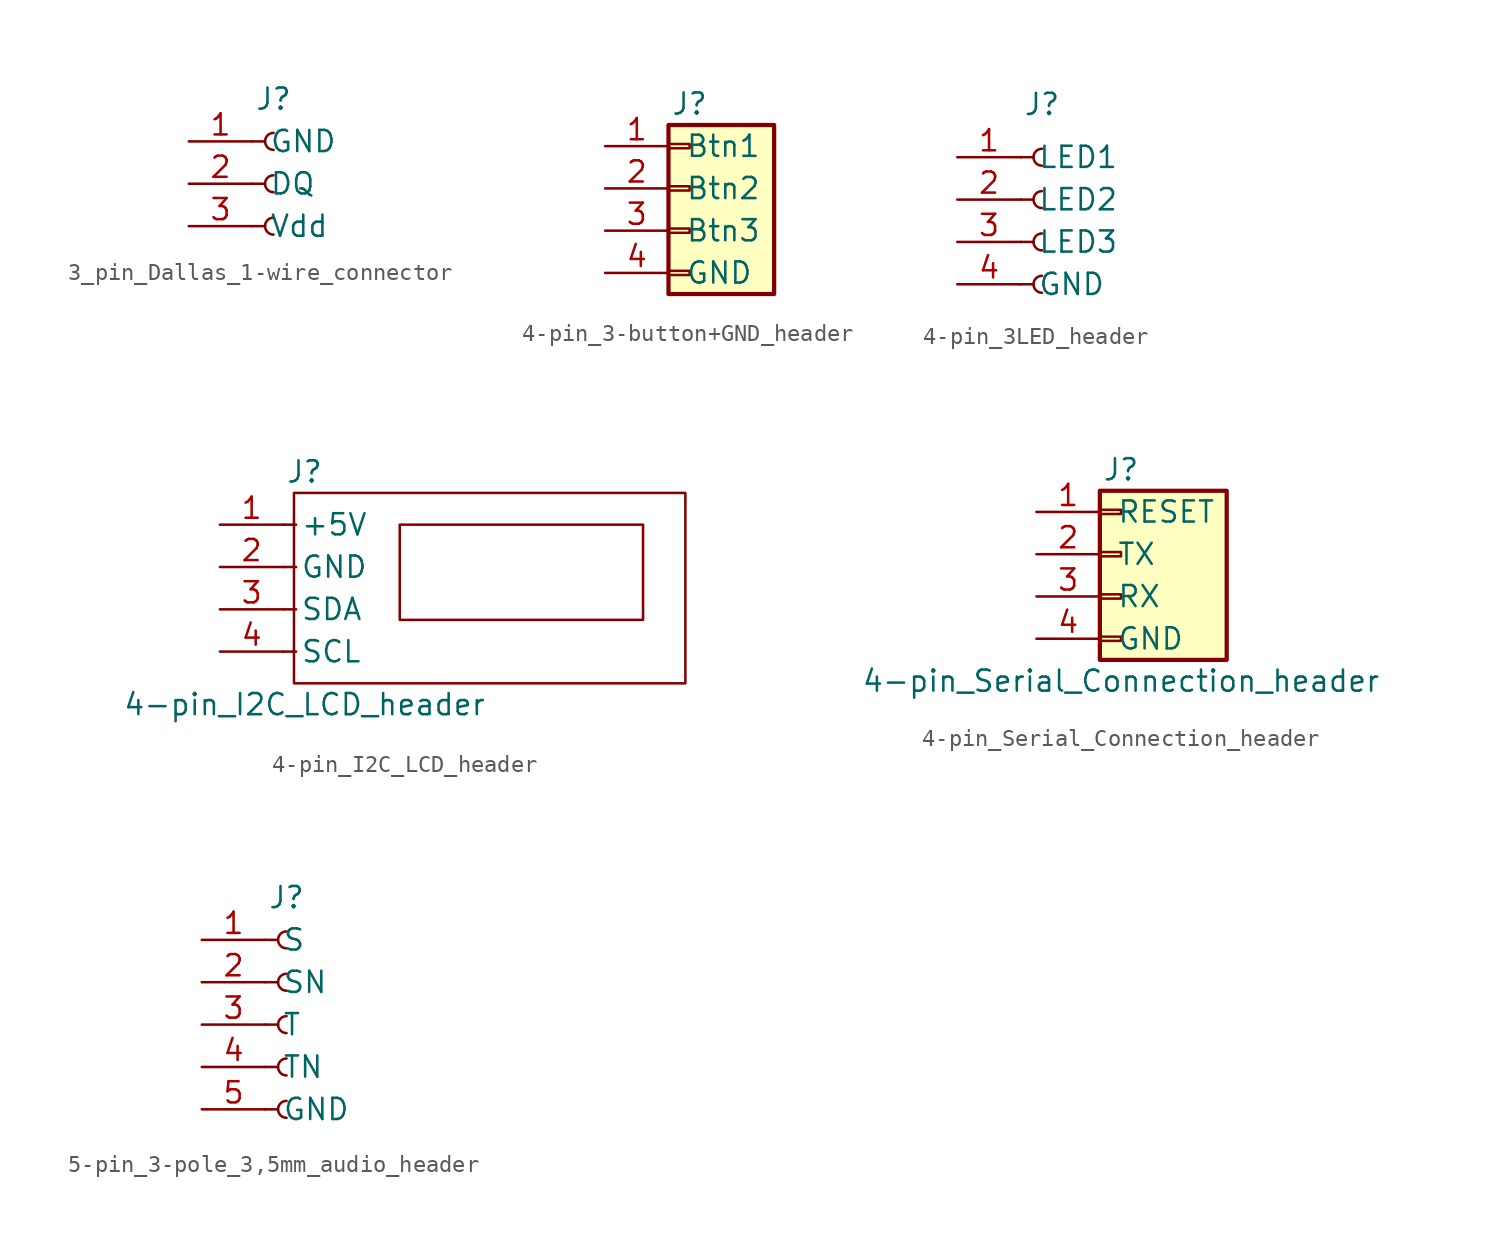
<source format=kicad_sym>
(kicad_symbol_lib
  (version 20211014)
  (generator kicad_symbol_editor)
  (symbol "3_pin_Dallas_1-wire_connector"
    (pin_names
      (offset 1.016))
    (property "Reference" "J"
      (at 0 5.08 0)
      (effects (font (size 1.27 1.27))))
    (symbol "3_pin_Dallas_1-wire_connector_1_1"
      (arc (start 0 -2.032) (mid -0.508 -2.54) (end 0 -3.048) (stroke (width 0.1524) (type default) (color 0 0 0 0)) (fill (type none)))
      (polyline (pts (xy -1.27 -2.54) (xy -0.508 -2.54)) (stroke (width 0.152) (type default) (color 0 0 0 0)) (fill (type none)))
      (polyline (pts (xy -1.27 0) (xy -0.508 0)) (stroke (width 0.152) (type default) (color 0 0 0 0)) (fill (type none)))
      (polyline (pts (xy -1.27 2.54) (xy -0.508 2.54)) (stroke (width 0.152) (type default) (color 0 0 0 0)) (fill (type none)))
      (arc (start 0 0.508) (mid -0.508 0) (end 0 -0.508) (stroke (width 0.1524) (type default) (color 0 0 0 0)) (fill (type none)))
      (arc (start 0 3.048) (mid -0.508 2.54) (end 0 2.032) (stroke (width 0.1524) (type default) (color 0 0 0 0)) (fill (type none)))
      (pin power_in line (at -5.08 2.54 0) (length 3.81) (name "GND" (effects (font (size 1.27 1.27)))) (number "1" (effects (font (size 1.27 1.27)))))
      (pin output line (at -5.08 0 0) (length 3.81) (name "DQ" (effects (font (size 1.27 1.27)))) (number "2" (effects (font (size 1.27 1.27)))))
      (pin power_in line (at -5.08 -2.54 0) (length 3.81) (name "Vdd" (effects (font (size 1.27 1.27)))) (number "3" (effects (font (size 1.27 1.27)))))))
  (symbol "4-pin_3-button+GND_header"
    (pin_names
      (offset 1.016))
    (property "Reference" "J"
      (at 0 5.08 0)
      (effects (font (size 1.27 1.27))))
    (symbol "4-pin_3-button+GND_header_1_1"
      (rectangle (start -1.27 -4.953) (end 0 -5.207) (stroke (width 0.152) (type default) (color 0 0 0 0)) (fill (type none)))
      (rectangle (start -1.27 -2.413) (end 0 -2.667) (stroke (width 0.152) (type default) (color 0 0 0 0)) (fill (type none)))
      (rectangle (start -1.27 0.127) (end 0 -0.127) (stroke (width 0.152) (type default) (color 0 0 0 0)) (fill (type none)))
      (rectangle (start -1.27 2.667) (end 0 2.413) (stroke (width 0.152) (type default) (color 0 0 0 0)) (fill (type none)))
      (rectangle (start -1.27 3.81) (end 5.08 -6.35) (stroke (width 0.254) (type default) (color 0 0 0 0)) (fill (type background)))
      (pin output line (at -5.08 2.54 0) (length 3.81) (name "Btn1" (effects (font (size 1.27 1.27)))) (number "1" (effects (font (size 1.27 1.27)))))
      (pin output line (at -5.08 0 0) (length 3.81) (name "Btn2" (effects (font (size 1.27 1.27)))) (number "2" (effects (font (size 1.27 1.27)))))
      (pin output line (at -5.08 -2.54 0) (length 3.81) (name "Btn3" (effects (font (size 1.27 1.27)))) (number "3" (effects (font (size 1.27 1.27)))))
      (pin power_out line (at -5.08 -5.08 0) (length 3.81) (name "GND" (effects (font (size 1.27 1.27)))) (number "4" (effects (font (size 1.27 1.27)))))))
  (symbol "4-pin_3LED_header"
    (pin_names
      (offset 1.016))
    (property "Reference" "J"
      (at 5.08 3.175 0)
      (effects (font (size 1.27 1.27))))
    (symbol "4-pin_3LED_header_1_1"
      (polyline (pts (xy 3.81 -7.62) (xy 4.572 -7.62)) (stroke (width 0.152) (type default) (color 0 0 0 0)) (fill (type none)))
      (polyline (pts (xy 3.81 -5.08) (xy 4.572 -5.08)) (stroke (width 0.152) (type default) (color 0 0 0 0)) (fill (type none)))
      (polyline (pts (xy 3.81 -2.54) (xy 4.572 -2.54)) (stroke (width 0.152) (type default) (color 0 0 0 0)) (fill (type none)))
      (polyline (pts (xy 3.81 0) (xy 4.572 0)) (stroke (width 0.152) (type default) (color 0 0 0 0)) (fill (type none)))
      (arc (start 5.08 -7.112) (mid 4.572 -7.62) (end 5.08 -8.128) (stroke (width 0.1524) (type default) (color 0 0 0 0)) (fill (type none)))
      (arc (start 5.08 -4.572) (mid 4.572 -5.08) (end 5.08 -5.588) (stroke (width 0.1524) (type default) (color 0 0 0 0)) (fill (type none)))
      (arc (start 5.08 -2.032) (mid 4.572 -2.54) (end 5.08 -3.048) (stroke (width 0.1524) (type default) (color 0 0 0 0)) (fill (type none)))
      (arc (start 5.08 0.508) (mid 4.572 0) (end 5.08 -0.508) (stroke (width 0.1524) (type default) (color 0 0 0 0)) (fill (type none)))
      (pin passive line (at 0 0 0) (length 3.81) (name "LED1" (effects (font (size 1.27 1.27)))) (number "1" (effects (font (size 1.27 1.27)))))
      (pin passive line (at 0 -2.54 0) (length 3.81) (name "LED2" (effects (font (size 1.27 1.27)))) (number "2" (effects (font (size 1.27 1.27)))))
      (pin passive line (at 0 -5.08 0) (length 3.81) (name "LED3" (effects (font (size 1.27 1.27)))) (number "3" (effects (font (size 1.27 1.27)))))
      (pin passive line (at 0 -7.62 0) (length 3.81) (name "GND" (effects (font (size 1.27 1.27)))) (number "4" (effects (font (size 1.27 1.27)))))))
  (symbol "4-pin_I2C_LCD_header"
    (pin_names
      (offset 1.016))
    (property "Reference" "J"
      (at 0 5.715 0)
      (effects (font (size 1.27 1.27))))
    (property "Value" "4-pin_I2C_LCD_header"
      (at 0 -8.255 0)
      (effects (font (size 1.27 1.27))))
    (symbol "4-pin_I2C_LCD_header_0_1"
      (polyline (pts (xy -0.635 4.445) (xy 22.86 4.445) (xy 22.86 -6.985) (xy -0.635 -6.985) (xy -0.635 4.445)) (stroke (width 0.152) (type default) (color 0 0 0 0)) (fill (type none)))
      (polyline (pts (xy 5.715 2.54) (xy 5.715 -3.175) (xy 20.32 -3.175) (xy 20.32 2.54) (xy 5.715 2.54)) (stroke (width 0.152) (type default) (color 0 0 0 0)) (fill (type none))))
    (symbol "4-pin_I2C_LCD_header_1_1"
      (polyline (pts (xy -1.27 -5.08) (xy -0.508 -5.08)) (stroke (width 0.152) (type default) (color 0 0 0 0)) (fill (type none)))
      (polyline (pts (xy -1.27 -2.54) (xy -0.508 -2.54)) (stroke (width 0.152) (type default) (color 0 0 0 0)) (fill (type none)))
      (polyline (pts (xy -1.27 0) (xy -0.508 0)) (stroke (width 0.152) (type default) (color 0 0 0 0)) (fill (type none)))
      (polyline (pts (xy -1.27 2.54) (xy -0.508 2.54)) (stroke (width 0.152) (type default) (color 0 0 0 0)) (fill (type none)))
      (pin power_in line (at -5.08 2.54 0) (length 3.81) (name "+5V" (effects (font (size 1.27 1.27)))) (number "1" (effects (font (size 1.27 1.27)))))
      (pin power_in line (at -5.08 0 0) (length 3.81) (name "GND" (effects (font (size 1.27 1.27)))) (number "2" (effects (font (size 1.27 1.27)))))
      (pin passive line (at -5.08 -2.54 0) (length 3.81) (name "SDA" (effects (font (size 1.27 1.27)))) (number "3" (effects (font (size 1.27 1.27)))))
      (pin passive line (at -5.08 -5.08 0) (length 3.81) (name "SCL" (effects (font (size 1.27 1.27)))) (number "4" (effects (font (size 1.27 1.27)))))))
  (symbol "4-pin_Serial_Connection_header"
    (pin_names
      (offset 1.016))
    (property "Reference" "J"
      (at 0 5.08 0)
      (effects (font (size 1.27 1.27))))
    (property "Value" "4-pin_Serial_Connection_header"
      (at 0 -7.62 0)
      (effects (font (size 1.27 1.27))))
    (symbol "4-pin_Serial_Connection_header_1_1"
      (rectangle (start -1.27 -4.953) (end 0 -5.207) (stroke (width 0.152) (type default) (color 0 0 0 0)) (fill (type none)))
      (rectangle (start -1.27 -2.413) (end 0 -2.667) (stroke (width 0.152) (type default) (color 0 0 0 0)) (fill (type none)))
      (rectangle (start -1.27 0.127) (end 0 -0.127) (stroke (width 0.152) (type default) (color 0 0 0 0)) (fill (type none)))
      (rectangle (start -1.27 2.667) (end 0 2.413) (stroke (width 0.152) (type default) (color 0 0 0 0)) (fill (type none)))
      (rectangle (start -1.27 3.81) (end 6.35 -6.35) (stroke (width 0.254) (type default) (color 0 0 0 0)) (fill (type background)))
      (pin passive line (at -5.08 2.54 0) (length 3.81) (name "RESET" (effects (font (size 1.27 1.27)))) (number "1" (effects (font (size 1.27 1.27)))))
      (pin output line (at -5.08 0 0) (length 3.81) (name "TX" (effects (font (size 1.27 1.27)))) (number "2" (effects (font (size 1.27 1.27)))))
      (pin input line (at -5.08 -2.54 0) (length 3.81) (name "RX" (effects (font (size 1.27 1.27)))) (number "3" (effects (font (size 1.27 1.27)))))
      (pin passive line (at -5.08 -5.08 0) (length 3.81) (name "GND" (effects (font (size 1.27 1.27)))) (number "4" (effects (font (size 1.27 1.27)))))))
  (symbol "5-pin_3-pole_3,5mm_audio_header"
    (pin_names
      (offset 1.016))
    (property "Reference" "J"
      (at 0 7.62 0)
      (effects (font (size 1.27 1.27))))
    (symbol "5-pin_3-pole_3,5mm_audio_header_1_1"
      (arc (start 0 -4.572) (mid -0.508 -5.08) (end 0 -5.588) (stroke (width 0.1524) (type default) (color 0 0 0 0)) (fill (type none)))
      (arc (start 0 -2.032) (mid -0.508 -2.54) (end 0 -3.048) (stroke (width 0.1524) (type default) (color 0 0 0 0)) (fill (type none)))
      (polyline (pts (xy -1.27 -5.08) (xy -0.508 -5.08)) (stroke (width 0.152) (type default) (color 0 0 0 0)) (fill (type none)))
      (polyline (pts (xy -1.27 -2.54) (xy -0.508 -2.54)) (stroke (width 0.152) (type default) (color 0 0 0 0)) (fill (type none)))
      (polyline (pts (xy -1.27 0) (xy -0.508 0)) (stroke (width 0.152) (type default) (color 0 0 0 0)) (fill (type none)))
      (polyline (pts (xy -1.27 2.54) (xy -0.508 2.54)) (stroke (width 0.152) (type default) (color 0 0 0 0)) (fill (type none)))
      (polyline (pts (xy -1.27 5.08) (xy -0.508 5.08)) (stroke (width 0.152) (type default) (color 0 0 0 0)) (fill (type none)))
      (arc (start 0 0.508) (mid -0.508 0) (end 0 -0.508) (stroke (width 0.1524) (type default) (color 0 0 0 0)) (fill (type none)))
      (arc (start 0 3.048) (mid -0.508 2.54) (end 0 2.032) (stroke (width 0.1524) (type default) (color 0 0 0 0)) (fill (type none)))
      (arc (start 0 5.588) (mid -0.508 5.08) (end 0 4.572) (stroke (width 0.1524) (type default) (color 0 0 0 0)) (fill (type none)))
      (pin passive line (at -5.08 5.08 0) (length 3.81) (name "S" (effects (font (size 1.27 1.27)))) (number "1" (effects (font (size 1.27 1.27)))))
      (pin passive line (at -5.08 2.54 0) (length 3.81) (name "SN" (effects (font (size 1.27 1.27)))) (number "2" (effects (font (size 1.27 1.27)))))
      (pin passive line (at -5.08 0 0) (length 3.81) (name "T" (effects (font (size 1.27 1.27)))) (number "3" (effects (font (size 1.27 1.27)))))
      (pin passive line (at -5.08 -2.54 0) (length 3.81) (name "TN" (effects (font (size 1.27 1.27)))) (number "4" (effects (font (size 1.27 1.27)))))
      (pin passive line (at -5.08 -5.08 0) (length 3.81) (name "GND" (effects (font (size 1.27 1.27)))) (number "5" (effects (font (size 1.27 1.27))))))))
</source>
